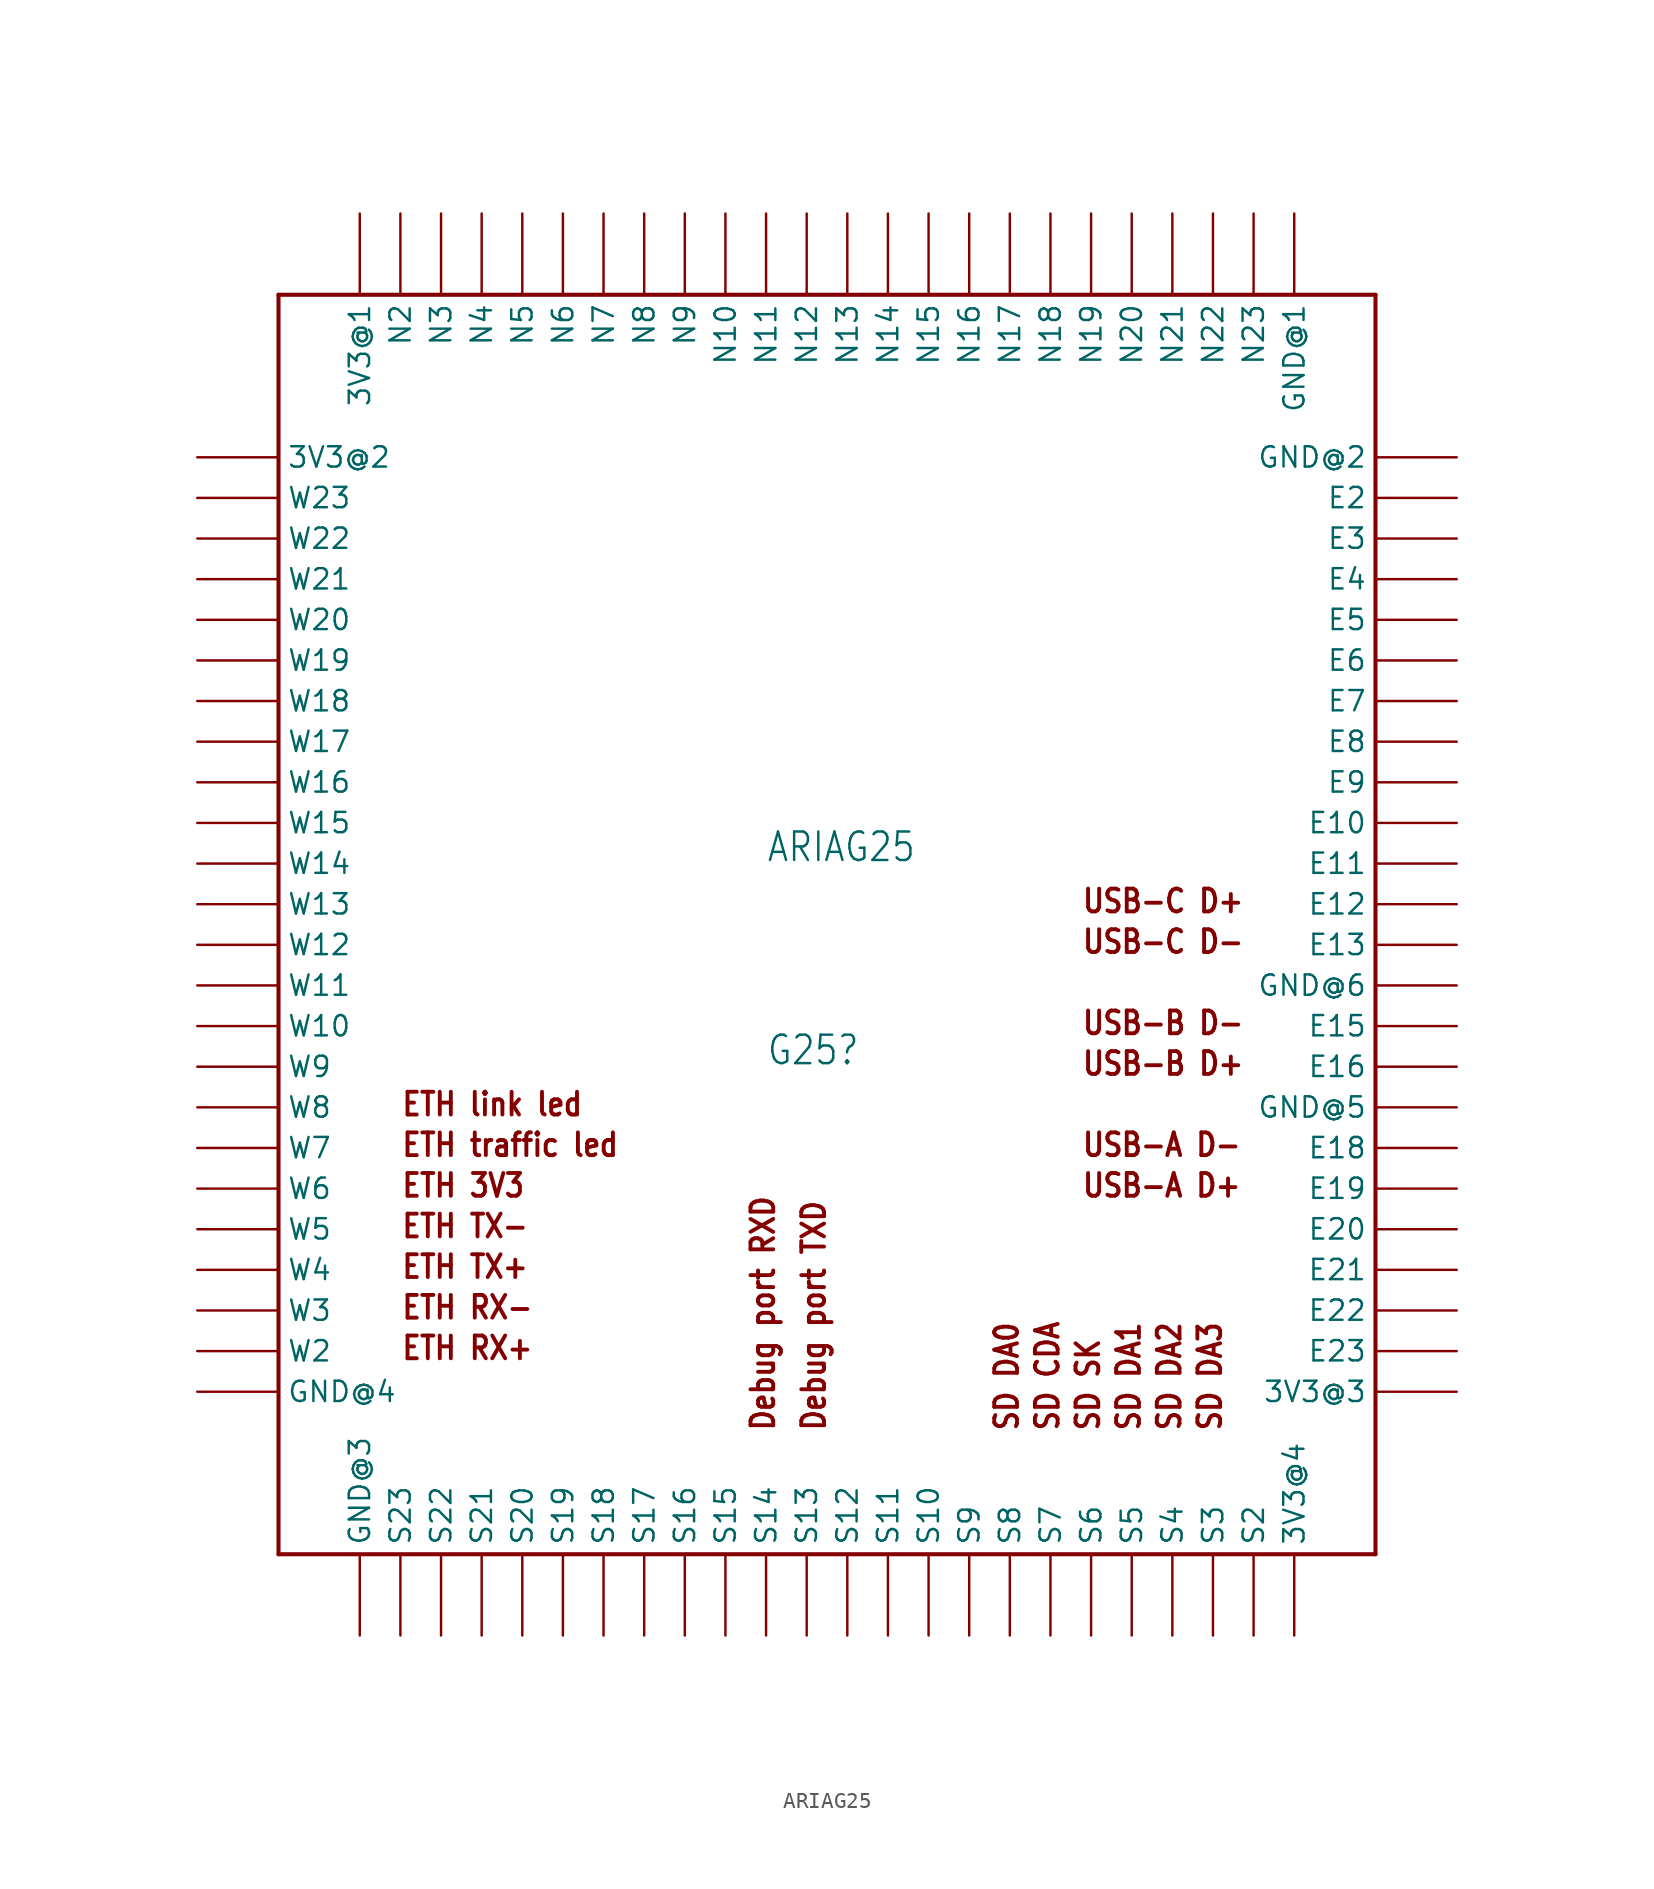
<source format=kicad_sym>
(kicad_symbol_lib
  (version 20220331)
  (generator kicad_symbol_editor)
  (symbol "ARIAG25"
    (property "Reference" "G25"
      (at -5.08 -7.62 0)
      (effects (font (size 1.778 1.511)) (justify left bottom)))
    (property "Value" "ARIAG25"
      (at -5.08 5.08 0)
      (effects (font (size 1.778 1.511)) (justify left bottom)))
    (property "ki_locked" ""
      (at 0 0 0)
      (effects (font (size 1.27 1.27))))
    (symbol "ARIAG25_1_0"
      (polyline (pts (xy -35.56 -38.1) (xy -35.56 40.64)) (stroke (width 0.254) (type solid)) (fill (type none)))
      (polyline (pts (xy -35.56 40.64) (xy 33.02 40.64)) (stroke (width 0.254) (type solid)) (fill (type none)))
      (polyline (pts (xy 33.02 -38.1) (xy -35.56 -38.1)) (stroke (width 0.254) (type solid)) (fill (type none)))
      (polyline (pts (xy 33.02 40.64) (xy 33.02 -38.1)) (stroke (width 0.254) (type solid)) (fill (type none)))
      (text "Debug port RXD" (at -4.445 -30.48 900) (effects (font (size 1.422 1.209) (thickness 0.242) bold) (justify left bottom)))
      (text "Debug port TXD" (at -1.27 -30.48 900) (effects (font (size 1.422 1.209) (thickness 0.242) bold) (justify left bottom)))
      (text "ETH 3V3" (at -27.94 -15.875 0) (effects (font (size 1.422 1.209) (thickness 0.242) bold) (justify left bottom)))
      (text "ETH link led" (at -27.94 -10.795 0) (effects (font (size 1.422 1.209) (thickness 0.242) bold) (justify left bottom)))
      (text "ETH RX+" (at -27.94 -26.035 0) (effects (font (size 1.422 1.209) (thickness 0.242) bold) (justify left bottom)))
      (text "ETH RX-" (at -27.94 -23.495 0) (effects (font (size 1.422 1.209) (thickness 0.242) bold) (justify left bottom)))
      (text "ETH traffic led" (at -27.94 -13.335 0) (effects (font (size 1.422 1.209) (thickness 0.242) bold) (justify left bottom)))
      (text "ETH TX+" (at -27.94 -20.955 0) (effects (font (size 1.422 1.209) (thickness 0.242) bold) (justify left bottom)))
      (text "ETH TX-" (at -27.94 -18.415 0) (effects (font (size 1.422 1.209) (thickness 0.242) bold) (justify left bottom)))
      (text "SD CDA" (at 13.335 -30.48 900) (effects (font (size 1.422 1.209) (thickness 0.242) bold) (justify left bottom)))
      (text "SD DA0" (at 10.795 -30.48 900) (effects (font (size 1.422 1.209) (thickness 0.242) bold) (justify left bottom)))
      (text "SD DA1" (at 18.415 -30.48 900) (effects (font (size 1.422 1.209) (thickness 0.242) bold) (justify left bottom)))
      (text "SD DA2" (at 20.955 -30.48 900) (effects (font (size 1.422 1.209) (thickness 0.242) bold) (justify left bottom)))
      (text "SD DA3" (at 23.495 -30.48 900) (effects (font (size 1.422 1.209) (thickness 0.242) bold) (justify left bottom)))
      (text "SD SK" (at 15.875 -30.48 900) (effects (font (size 1.422 1.209) (thickness 0.242) bold) (justify left bottom)))
      (text "USB-A D+" (at 14.605 -15.875 0) (effects (font (size 1.422 1.209) (thickness 0.242) bold) (justify left bottom)))
      (text "USB-A D-" (at 14.605 -13.335 0) (effects (font (size 1.422 1.209) (thickness 0.242) bold) (justify left bottom)))
      (text "USB-B D+" (at 14.605 -8.255 0) (effects (font (size 1.422 1.209) (thickness 0.242) bold) (justify left bottom)))
      (text "USB-B D-" (at 14.605 -5.715 0) (effects (font (size 1.422 1.209) (thickness 0.242) bold) (justify left bottom)))
      (text "USB-C D+" (at 14.605 1.905 0) (effects (font (size 1.422 1.209) (thickness 0.242) bold) (justify left bottom)))
      (text "USB-C D-" (at 14.605 -0.635 0) (effects (font (size 1.422 1.209) (thickness 0.242) bold) (justify left bottom)))
      (pin power_in line (at 38.1 30.48 180) (length 5.08) (name "GND@2" (effects (font (size 1.27 1.27)))) (number "E1" (effects (font (size 0 0)))))
      (pin bidirectional line (at 38.1 7.62 180) (length 5.08) (name "E10" (effects (font (size 1.27 1.27)))) (number "E10" (effects (font (size 0 0)))))
      (pin bidirectional line (at 38.1 5.08 180) (length 5.08) (name "E11" (effects (font (size 1.27 1.27)))) (number "E11" (effects (font (size 0 0)))))
      (pin bidirectional line (at 38.1 2.54 180) (length 5.08) (name "E12" (effects (font (size 1.27 1.27)))) (number "E12" (effects (font (size 0 0)))))
      (pin bidirectional line (at 38.1 0 180) (length 5.08) (name "E13" (effects (font (size 1.27 1.27)))) (number "E13" (effects (font (size 0 0)))))
      (pin power_in line (at 38.1 -2.54 180) (length 5.08) (name "GND@6" (effects (font (size 1.27 1.27)))) (number "E14" (effects (font (size 0 0)))))
      (pin bidirectional line (at 38.1 -5.08 180) (length 5.08) (name "E15" (effects (font (size 1.27 1.27)))) (number "E15" (effects (font (size 0 0)))))
      (pin bidirectional line (at 38.1 -7.62 180) (length 5.08) (name "E16" (effects (font (size 1.27 1.27)))) (number "E16" (effects (font (size 0 0)))))
      (pin power_in line (at 38.1 -10.16 180) (length 5.08) (name "GND@5" (effects (font (size 1.27 1.27)))) (number "E17" (effects (font (size 0 0)))))
      (pin bidirectional line (at 38.1 -12.7 180) (length 5.08) (name "E18" (effects (font (size 1.27 1.27)))) (number "E18" (effects (font (size 0 0)))))
      (pin bidirectional line (at 38.1 -15.24 180) (length 5.08) (name "E19" (effects (font (size 1.27 1.27)))) (number "E19" (effects (font (size 0 0)))))
      (pin bidirectional line (at 38.1 27.94 180) (length 5.08) (name "E2" (effects (font (size 1.27 1.27)))) (number "E2" (effects (font (size 0 0)))))
      (pin bidirectional line (at 38.1 -17.78 180) (length 5.08) (name "E20" (effects (font (size 1.27 1.27)))) (number "E20" (effects (font (size 0 0)))))
      (pin bidirectional line (at 38.1 -20.32 180) (length 5.08) (name "E21" (effects (font (size 1.27 1.27)))) (number "E21" (effects (font (size 0 0)))))
      (pin bidirectional line (at 38.1 -22.86 180) (length 5.08) (name "E22" (effects (font (size 1.27 1.27)))) (number "E22" (effects (font (size 0 0)))))
      (pin bidirectional line (at 38.1 -25.4 180) (length 5.08) (name "E23" (effects (font (size 1.27 1.27)))) (number "E23" (effects (font (size 0 0)))))
      (pin power_in line (at 38.1 -27.94 180) (length 5.08) (name "3V3@3" (effects (font (size 1.27 1.27)))) (number "E24" (effects (font (size 0 0)))))
      (pin bidirectional line (at 38.1 25.4 180) (length 5.08) (name "E3" (effects (font (size 1.27 1.27)))) (number "E3" (effects (font (size 0 0)))))
      (pin bidirectional line (at 38.1 22.86 180) (length 5.08) (name "E4" (effects (font (size 1.27 1.27)))) (number "E4" (effects (font (size 0 0)))))
      (pin bidirectional line (at 38.1 20.32 180) (length 5.08) (name "E5" (effects (font (size 1.27 1.27)))) (number "E5" (effects (font (size 0 0)))))
      (pin bidirectional line (at 38.1 17.78 180) (length 5.08) (name "E6" (effects (font (size 1.27 1.27)))) (number "E6" (effects (font (size 0 0)))))
      (pin bidirectional line (at 38.1 15.24 180) (length 5.08) (name "E7" (effects (font (size 1.27 1.27)))) (number "E7" (effects (font (size 0 0)))))
      (pin bidirectional line (at 38.1 12.7 180) (length 5.08) (name "E8" (effects (font (size 1.27 1.27)))) (number "E8" (effects (font (size 0 0)))))
      (pin bidirectional line (at 38.1 10.16 180) (length 5.08) (name "E9" (effects (font (size 1.27 1.27)))) (number "E9" (effects (font (size 0 0)))))
      (pin power_in line (at -30.48 45.72 270) (length 5.08) (name "3V3@1" (effects (font (size 1.27 1.27)))) (number "N1" (effects (font (size 0 0)))))
      (pin bidirectional line (at -7.62 45.72 270) (length 5.08) (name "N10" (effects (font (size 1.27 1.27)))) (number "N10" (effects (font (size 0 0)))))
      (pin bidirectional line (at -5.08 45.72 270) (length 5.08) (name "N11" (effects (font (size 1.27 1.27)))) (number "N11" (effects (font (size 0 0)))))
      (pin bidirectional line (at -2.54 45.72 270) (length 5.08) (name "N12" (effects (font (size 1.27 1.27)))) (number "N12" (effects (font (size 0 0)))))
      (pin bidirectional line (at 0 45.72 270) (length 5.08) (name "N13" (effects (font (size 1.27 1.27)))) (number "N13" (effects (font (size 0 0)))))
      (pin bidirectional line (at 2.54 45.72 270) (length 5.08) (name "N14" (effects (font (size 1.27 1.27)))) (number "N14" (effects (font (size 0 0)))))
      (pin bidirectional line (at 5.08 45.72 270) (length 5.08) (name "N15" (effects (font (size 1.27 1.27)))) (number "N15" (effects (font (size 0 0)))))
      (pin bidirectional line (at 7.62 45.72 270) (length 5.08) (name "N16" (effects (font (size 1.27 1.27)))) (number "N16" (effects (font (size 0 0)))))
      (pin bidirectional line (at 10.16 45.72 270) (length 5.08) (name "N17" (effects (font (size 1.27 1.27)))) (number "N17" (effects (font (size 0 0)))))
      (pin bidirectional line (at 12.7 45.72 270) (length 5.08) (name "N18" (effects (font (size 1.27 1.27)))) (number "N18" (effects (font (size 0 0)))))
      (pin bidirectional line (at 15.24 45.72 270) (length 5.08) (name "N19" (effects (font (size 1.27 1.27)))) (number "N19" (effects (font (size 0 0)))))
      (pin bidirectional line (at -27.94 45.72 270) (length 5.08) (name "N2" (effects (font (size 1.27 1.27)))) (number "N2" (effects (font (size 0 0)))))
      (pin bidirectional line (at 17.78 45.72 270) (length 5.08) (name "N20" (effects (font (size 1.27 1.27)))) (number "N20" (effects (font (size 0 0)))))
      (pin bidirectional line (at 20.32 45.72 270) (length 5.08) (name "N21" (effects (font (size 1.27 1.27)))) (number "N21" (effects (font (size 0 0)))))
      (pin bidirectional line (at 22.86 45.72 270) (length 5.08) (name "N22" (effects (font (size 1.27 1.27)))) (number "N22" (effects (font (size 0 0)))))
      (pin bidirectional line (at 25.4 45.72 270) (length 5.08) (name "N23" (effects (font (size 1.27 1.27)))) (number "N23" (effects (font (size 0 0)))))
      (pin power_in line (at 27.94 45.72 270) (length 5.08) (name "GND@1" (effects (font (size 1.27 1.27)))) (number "N24" (effects (font (size 0 0)))))
      (pin bidirectional line (at -25.4 45.72 270) (length 5.08) (name "N3" (effects (font (size 1.27 1.27)))) (number "N3" (effects (font (size 0 0)))))
      (pin bidirectional line (at -22.86 45.72 270) (length 5.08) (name "N4" (effects (font (size 1.27 1.27)))) (number "N4" (effects (font (size 0 0)))))
      (pin bidirectional line (at -20.32 45.72 270) (length 5.08) (name "N5" (effects (font (size 1.27 1.27)))) (number "N5" (effects (font (size 0 0)))))
      (pin bidirectional line (at -17.78 45.72 270) (length 5.08) (name "N6" (effects (font (size 1.27 1.27)))) (number "N6" (effects (font (size 0 0)))))
      (pin bidirectional line (at -15.24 45.72 270) (length 5.08) (name "N7" (effects (font (size 1.27 1.27)))) (number "N7" (effects (font (size 0 0)))))
      (pin bidirectional line (at -12.7 45.72 270) (length 5.08) (name "N8" (effects (font (size 1.27 1.27)))) (number "N8" (effects (font (size 0 0)))))
      (pin bidirectional line (at -10.16 45.72 270) (length 5.08) (name "N9" (effects (font (size 1.27 1.27)))) (number "N9" (effects (font (size 0 0)))))
      (pin power_in line (at 27.94 -43.18 90) (length 5.08) (name "3V3@4" (effects (font (size 1.27 1.27)))) (number "S1" (effects (font (size 0 0)))))
      (pin bidirectional line (at 5.08 -43.18 90) (length 5.08) (name "S10" (effects (font (size 1.27 1.27)))) (number "S10" (effects (font (size 0 0)))))
      (pin bidirectional line (at 2.54 -43.18 90) (length 5.08) (name "S11" (effects (font (size 1.27 1.27)))) (number "S11" (effects (font (size 0 0)))))
      (pin bidirectional line (at 0 -43.18 90) (length 5.08) (name "S12" (effects (font (size 1.27 1.27)))) (number "S12" (effects (font (size 0 0)))))
      (pin bidirectional line (at -2.54 -43.18 90) (length 5.08) (name "S13" (effects (font (size 1.27 1.27)))) (number "S13" (effects (font (size 0 0)))))
      (pin bidirectional line (at -5.08 -43.18 90) (length 5.08) (name "S14" (effects (font (size 1.27 1.27)))) (number "S14" (effects (font (size 0 0)))))
      (pin bidirectional line (at -7.62 -43.18 90) (length 5.08) (name "S15" (effects (font (size 1.27 1.27)))) (number "S15" (effects (font (size 0 0)))))
      (pin bidirectional line (at -10.16 -43.18 90) (length 5.08) (name "S16" (effects (font (size 1.27 1.27)))) (number "S16" (effects (font (size 0 0)))))
      (pin bidirectional line (at -12.7 -43.18 90) (length 5.08) (name "S17" (effects (font (size 1.27 1.27)))) (number "S17" (effects (font (size 0 0)))))
      (pin bidirectional line (at -15.24 -43.18 90) (length 5.08) (name "S18" (effects (font (size 1.27 1.27)))) (number "S18" (effects (font (size 0 0)))))
      (pin bidirectional line (at -17.78 -43.18 90) (length 5.08) (name "S19" (effects (font (size 1.27 1.27)))) (number "S19" (effects (font (size 0 0)))))
      (pin bidirectional line (at 25.4 -43.18 90) (length 5.08) (name "S2" (effects (font (size 1.27 1.27)))) (number "S2" (effects (font (size 0 0)))))
      (pin bidirectional line (at -20.32 -43.18 90) (length 5.08) (name "S20" (effects (font (size 1.27 1.27)))) (number "S20" (effects (font (size 0 0)))))
      (pin bidirectional line (at -22.86 -43.18 90) (length 5.08) (name "S21" (effects (font (size 1.27 1.27)))) (number "S21" (effects (font (size 0 0)))))
      (pin bidirectional line (at -25.4 -43.18 90) (length 5.08) (name "S22" (effects (font (size 1.27 1.27)))) (number "S22" (effects (font (size 0 0)))))
      (pin bidirectional line (at -27.94 -43.18 90) (length 5.08) (name "S23" (effects (font (size 1.27 1.27)))) (number "S23" (effects (font (size 0 0)))))
      (pin power_in line (at -30.48 -43.18 90) (length 5.08) (name "GND@3" (effects (font (size 1.27 1.27)))) (number "S24" (effects (font (size 0 0)))))
      (pin bidirectional line (at 22.86 -43.18 90) (length 5.08) (name "S3" (effects (font (size 1.27 1.27)))) (number "S3" (effects (font (size 0 0)))))
      (pin bidirectional line (at 20.32 -43.18 90) (length 5.08) (name "S4" (effects (font (size 1.27 1.27)))) (number "S4" (effects (font (size 0 0)))))
      (pin bidirectional line (at 17.78 -43.18 90) (length 5.08) (name "S5" (effects (font (size 1.27 1.27)))) (number "S5" (effects (font (size 0 0)))))
      (pin bidirectional line (at 15.24 -43.18 90) (length 5.08) (name "S6" (effects (font (size 1.27 1.27)))) (number "S6" (effects (font (size 0 0)))))
      (pin bidirectional line (at 12.7 -43.18 90) (length 5.08) (name "S7" (effects (font (size 1.27 1.27)))) (number "S7" (effects (font (size 0 0)))))
      (pin bidirectional line (at 10.16 -43.18 90) (length 5.08) (name "S8" (effects (font (size 1.27 1.27)))) (number "S8" (effects (font (size 0 0)))))
      (pin bidirectional line (at 7.62 -43.18 90) (length 5.08) (name "S9" (effects (font (size 1.27 1.27)))) (number "S9" (effects (font (size 0 0)))))
      (pin power_in line (at -40.64 -27.94 0) (length 5.08) (name "GND@4" (effects (font (size 1.27 1.27)))) (number "W1" (effects (font (size 0 0)))))
      (pin bidirectional line (at -40.64 -5.08 0) (length 5.08) (name "W10" (effects (font (size 1.27 1.27)))) (number "W10" (effects (font (size 0 0)))))
      (pin bidirectional line (at -40.64 -2.54 0) (length 5.08) (name "W11" (effects (font (size 1.27 1.27)))) (number "W11" (effects (font (size 0 0)))))
      (pin bidirectional line (at -40.64 0 0) (length 5.08) (name "W12" (effects (font (size 1.27 1.27)))) (number "W12" (effects (font (size 0 0)))))
      (pin bidirectional line (at -40.64 2.54 0) (length 5.08) (name "W13" (effects (font (size 1.27 1.27)))) (number "W13" (effects (font (size 0 0)))))
      (pin bidirectional line (at -40.64 5.08 0) (length 5.08) (name "W14" (effects (font (size 1.27 1.27)))) (number "W14" (effects (font (size 0 0)))))
      (pin bidirectional line (at -40.64 7.62 0) (length 5.08) (name "W15" (effects (font (size 1.27 1.27)))) (number "W15" (effects (font (size 0 0)))))
      (pin bidirectional line (at -40.64 10.16 0) (length 5.08) (name "W16" (effects (font (size 1.27 1.27)))) (number "W16" (effects (font (size 0 0)))))
      (pin bidirectional line (at -40.64 12.7 0) (length 5.08) (name "W17" (effects (font (size 1.27 1.27)))) (number "W17" (effects (font (size 0 0)))))
      (pin bidirectional line (at -40.64 15.24 0) (length 5.08) (name "W18" (effects (font (size 1.27 1.27)))) (number "W18" (effects (font (size 0 0)))))
      (pin bidirectional line (at -40.64 17.78 0) (length 5.08) (name "W19" (effects (font (size 1.27 1.27)))) (number "W19" (effects (font (size 0 0)))))
      (pin bidirectional line (at -40.64 -25.4 0) (length 5.08) (name "W2" (effects (font (size 1.27 1.27)))) (number "W2" (effects (font (size 0 0)))))
      (pin bidirectional line (at -40.64 20.32 0) (length 5.08) (name "W20" (effects (font (size 1.27 1.27)))) (number "W20" (effects (font (size 0 0)))))
      (pin bidirectional line (at -40.64 22.86 0) (length 5.08) (name "W21" (effects (font (size 1.27 1.27)))) (number "W21" (effects (font (size 0 0)))))
      (pin bidirectional line (at -40.64 25.4 0) (length 5.08) (name "W22" (effects (font (size 1.27 1.27)))) (number "W22" (effects (font (size 0 0)))))
      (pin bidirectional line (at -40.64 27.94 0) (length 5.08) (name "W23" (effects (font (size 1.27 1.27)))) (number "W23" (effects (font (size 0 0)))))
      (pin power_in line (at -40.64 30.48 0) (length 5.08) (name "3V3@2" (effects (font (size 1.27 1.27)))) (number "W24" (effects (font (size 0 0)))))
      (pin bidirectional line (at -40.64 -22.86 0) (length 5.08) (name "W3" (effects (font (size 1.27 1.27)))) (number "W3" (effects (font (size 0 0)))))
      (pin bidirectional line (at -40.64 -20.32 0) (length 5.08) (name "W4" (effects (font (size 1.27 1.27)))) (number "W4" (effects (font (size 0 0)))))
      (pin bidirectional line (at -40.64 -17.78 0) (length 5.08) (name "W5" (effects (font (size 1.27 1.27)))) (number "W5" (effects (font (size 0 0)))))
      (pin bidirectional line (at -40.64 -15.24 0) (length 5.08) (name "W6" (effects (font (size 1.27 1.27)))) (number "W6" (effects (font (size 0 0)))))
      (pin bidirectional line (at -40.64 -12.7 0) (length 5.08) (name "W7" (effects (font (size 1.27 1.27)))) (number "W7" (effects (font (size 0 0)))))
      (pin bidirectional line (at -40.64 -10.16 0) (length 5.08) (name "W8" (effects (font (size 1.27 1.27)))) (number "W8" (effects (font (size 0 0)))))
      (pin bidirectional line (at -40.64 -7.62 0) (length 5.08) (name "W9" (effects (font (size 1.27 1.27)))) (number "W9" (effects (font (size 0 0))))))))
</source>
